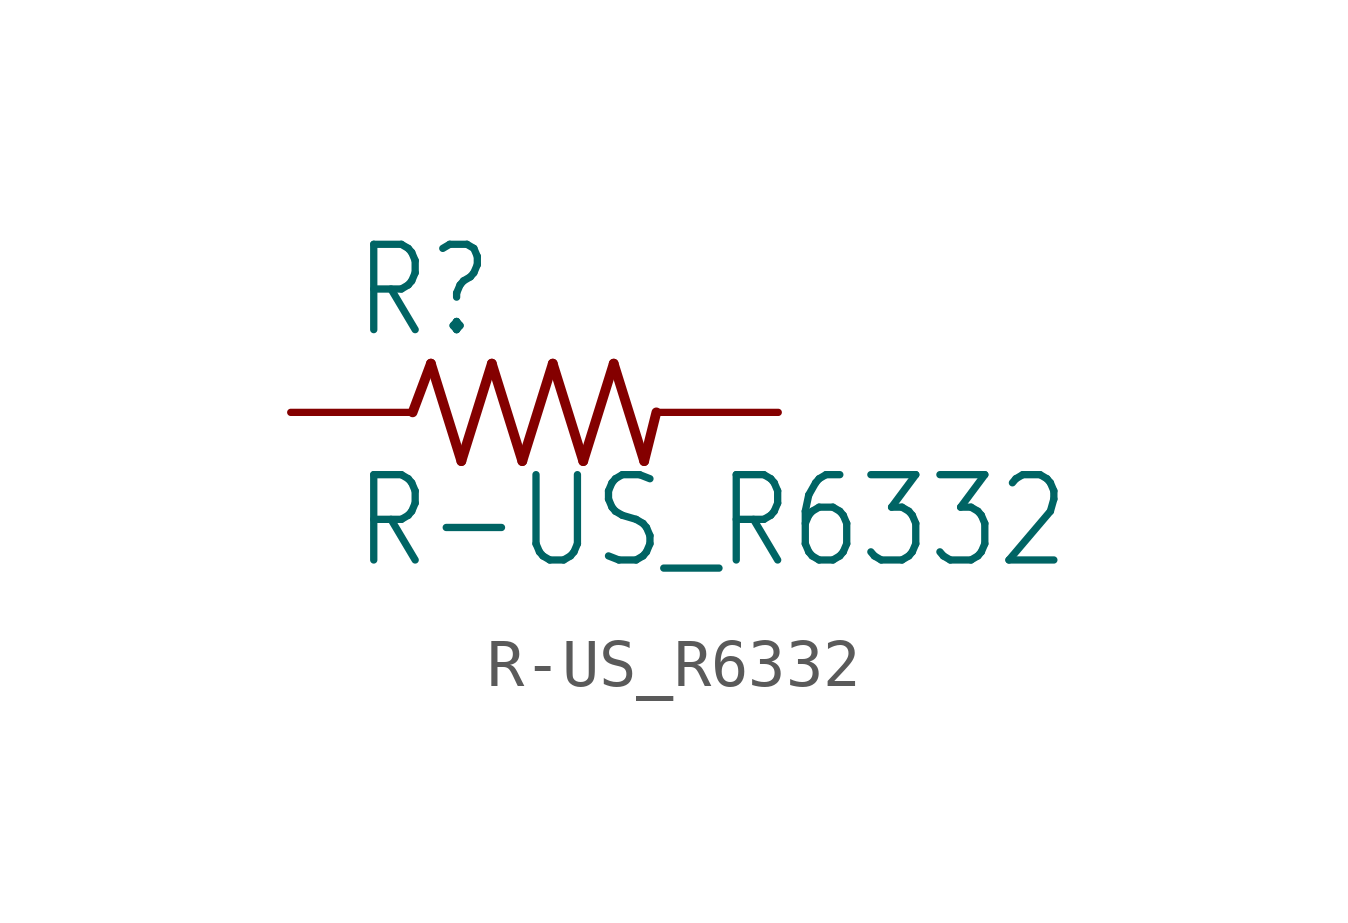
<source format=kicad_sym>
(kicad_symbol_lib
  (version 20211014)
  (generator kicad_symbol_editor)
  (symbol "R-US_R6332"
    (property "Reference" "R"
      (at -3.81 1.499 0)
      (effects (font (size 1.778 1.511)) (justify left bottom)))
    (property "Value" "R-US_R6332"
      (at -3.81 -3.302 0)
      (effects (font (size 1.778 1.511)) (justify left bottom)))
    (property "ki_locked" ""
      (at 0 0 0)
      (effects (font (size 1.27 1.27))))
    (symbol "R-US_R6332_1_0"
      (polyline (pts (xy -2.54 0) (xy -2.159 1.016)) (stroke (width 0.203) (type default)) (fill (type none)))
      (polyline (pts (xy -2.159 1.016) (xy -1.524 -1.016)) (stroke (width 0.203) (type default)) (fill (type none)))
      (polyline (pts (xy -1.524 -1.016) (xy -0.889 1.016)) (stroke (width 0.203) (type default)) (fill (type none)))
      (polyline (pts (xy -0.889 1.016) (xy -0.254 -1.016)) (stroke (width 0.203) (type default)) (fill (type none)))
      (polyline (pts (xy -0.254 -1.016) (xy 0.381 1.016)) (stroke (width 0.203) (type default)) (fill (type none)))
      (polyline (pts (xy 0.381 1.016) (xy 1.016 -1.016)) (stroke (width 0.203) (type default)) (fill (type none)))
      (polyline (pts (xy 1.016 -1.016) (xy 1.651 1.016)) (stroke (width 0.203) (type default)) (fill (type none)))
      (polyline (pts (xy 1.651 1.016) (xy 2.286 -1.016)) (stroke (width 0.203) (type default)) (fill (type none)))
      (polyline (pts (xy 2.286 -1.016) (xy 2.54 0)) (stroke (width 0.203) (type default)) (fill (type none)))
      (pin passive line (at -5.08 0 0) (length 2.54) (name "1" (effects (font (size 0 0)))) (number "1" (effects (font (size 0 0)))))
      (pin passive line (at 5.08 0 180) (length 2.54) (name "2" (effects (font (size 0 0)))) (number "2" (effects (font (size 0 0))))))))
</source>
